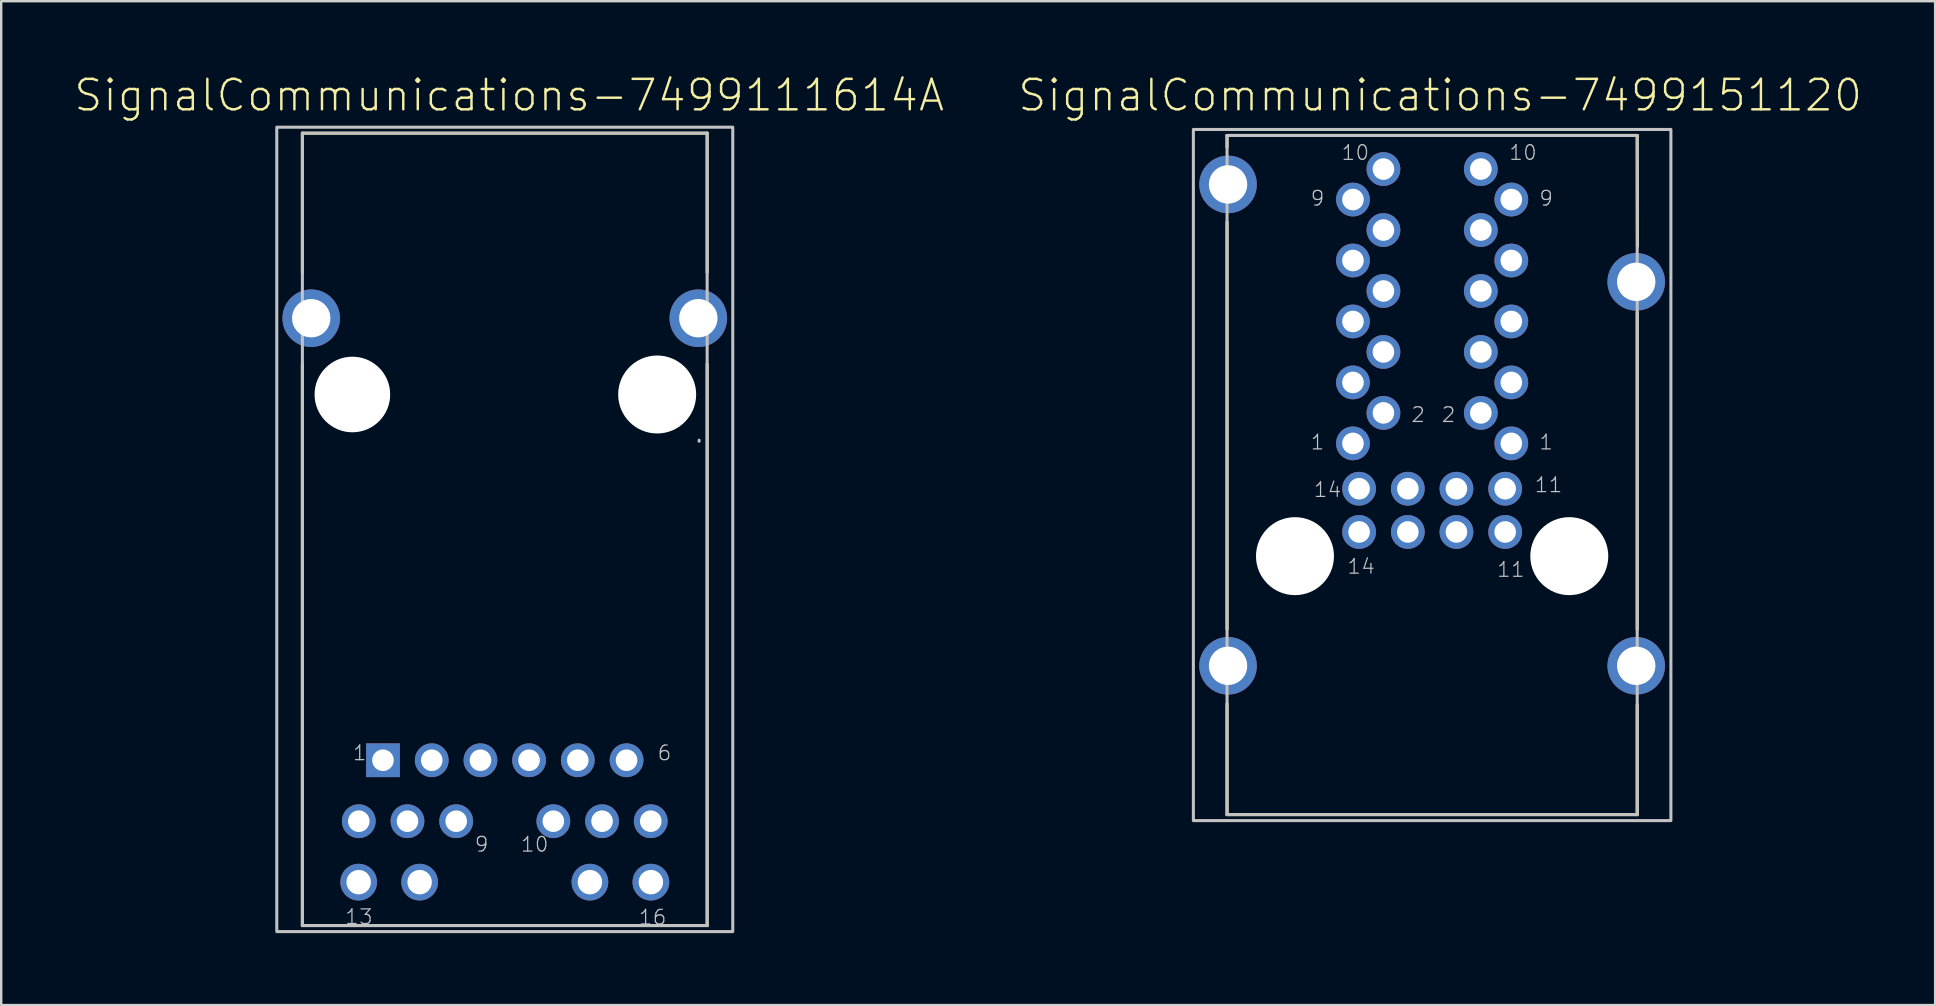
<source format=kicad_pcb>
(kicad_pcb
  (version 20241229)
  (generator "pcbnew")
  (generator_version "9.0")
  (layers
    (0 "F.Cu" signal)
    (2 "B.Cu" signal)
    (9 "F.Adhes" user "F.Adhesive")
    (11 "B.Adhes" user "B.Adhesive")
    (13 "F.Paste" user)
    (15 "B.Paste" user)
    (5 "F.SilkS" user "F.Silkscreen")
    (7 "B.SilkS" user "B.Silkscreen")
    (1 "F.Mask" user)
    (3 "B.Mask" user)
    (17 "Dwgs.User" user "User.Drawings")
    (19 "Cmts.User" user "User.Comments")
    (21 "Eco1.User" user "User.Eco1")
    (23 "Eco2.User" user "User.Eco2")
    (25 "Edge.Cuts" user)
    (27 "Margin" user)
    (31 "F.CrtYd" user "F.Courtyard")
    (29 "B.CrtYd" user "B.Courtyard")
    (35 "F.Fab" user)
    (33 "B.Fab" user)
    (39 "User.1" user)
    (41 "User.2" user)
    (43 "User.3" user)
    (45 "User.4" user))
  (footprint "SignalCommunications-7499111614A"
    (layer "F.Cu")
    (at 17.983 13.388)
    (property "Reference" "SignalCommunications-7499111614A" (at 0.185 -12.466 0) (layer "F.SilkS") (effects (font (size 1.27 1.27) (thickness 0.102))))
    (attr exclude_from_pos_files exclude_from_bom)
    (fp_line (start -8.433 -10.889) (end 8.433 -10.889) (stroke (width 0.127) (type solid)) (layer "F.SilkS"))
    (fp_line (start -8.433 -5.08) (end -8.433 -10.889) (stroke (width 0.127) (type solid)) (layer "F.SilkS"))
    (fp_line (start -8.433 -1.27) (end -8.433 22.128) (stroke (width 0.127) (type solid)) (layer "F.SilkS"))
    (fp_line (start 8.433 -10.889) (end 8.433 -5.08) (stroke (width 0.127) (type solid)) (layer "F.SilkS"))
    (fp_line (start 8.433 -1.27) (end 8.433 22.128) (stroke (width 0.127) (type solid)) (layer "F.SilkS"))
    (fp_line (start 8.433 22.128) (end -8.433 22.128) (stroke (width 0.127) (type solid)) (layer "F.SilkS"))
    (fp_line (start -8.433 -10.889) (end -8.433 22.128) (stroke (width 0.127) (type solid)) (layer "Dwgs.User"))
    (fp_line (start -8.433 22.128) (end 8.433 22.128) (stroke (width 0.127) (type solid)) (layer "Dwgs.User"))
    (fp_line (start 8.098 1.948) (end 8.098 1.905) (stroke (width 0.127) (type solid)) (layer "Dwgs.User"))
    (fp_line (start 8.433 -10.889) (end -8.433 -10.889) (stroke (width 0.127) (type solid)) (layer "Dwgs.User"))
    (fp_line (start 8.433 22.128) (end 8.433 -10.889) (stroke (width 0.127) (type solid)) (layer "Dwgs.User"))
    (fp_poly (pts (xy -9.5 -11.138) (xy 9.5 -11.138) (xy 9.5 22.38) (xy -9.5 22.38) (xy -9.5 -11.138)) (stroke (width 0.127) (type solid)) (fill no) (layer "Dwgs.User"))
    (fp_text user "16" (at 6.16 21.783 0) (layer "Dwgs.User") (effects (font (size 0.61 0.61) (thickness 0.051))))
    (fp_text user "10" (at 1.245 18.745 0) (layer "Dwgs.User") (effects (font (size 0.61 0.61) (thickness 0.051))))
    (fp_text user "9" (at -0.965 18.745 0) (layer "Dwgs.User") (effects (font (size 0.61 0.61) (thickness 0.051))))
    (fp_text user "6" (at 6.655 14.935 0) (layer "Dwgs.User") (effects (font (size 0.61 0.61) (thickness 0.051))))
    (fp_text user "13" (at -6.078 21.763 0) (layer "Dwgs.User") (effects (font (size 0.61 0.61) (thickness 0.051))))
    (fp_text user "1" (at -6.045 14.935 0) (layer "Dwgs.User") (effects (font (size 0.61 0.61) (thickness 0.051))))
    (pad "" np_thru_hole circle (at -6.35 0) (size 3.15 3.15) (drill 3.15) (layers "*.Cu" "*.Mask"))
    (pad "" np_thru_hole circle (at 6.35 0) (size 3.249 3.249) (drill 3.249) (layers "*.Cu" "*.Mask"))
    (pad "1" thru_hole rect (at -5.075 15.24) (size 1.407 1.407) (drill 0.899) (layers "*.Cu" "*.Paste" "*.Mask"))
    (pad "2" thru_hole circle (at -3.043 15.24) (size 1.407 1.407) (drill 0.899) (layers "*.Cu" "*.Paste" "*.Mask"))
    (pad "3" thru_hole circle (at -1.013 15.24) (size 1.407 1.407) (drill 0.899) (layers "*.Cu" "*.Paste" "*.Mask"))
    (pad "4" thru_hole circle (at 1.013 15.24) (size 1.407 1.407) (drill 0.899) (layers "*.Cu" "*.Paste" "*.Mask"))
    (pad "5" thru_hole circle (at 3.043 15.24) (size 1.407 1.407) (drill 0.899) (layers "*.Cu" "*.Paste" "*.Mask"))
    (pad "6" thru_hole circle (at 5.075 15.24) (size 1.407 1.407) (drill 0.899) (layers "*.Cu" "*.Paste" "*.Mask"))
    (pad "7" thru_hole circle (at -6.083 17.78) (size 1.407 1.407) (drill 0.899) (layers "*.Cu" "*.Paste" "*.Mask"))
    (pad "8" thru_hole circle (at -4.054 17.78) (size 1.407 1.407) (drill 0.899) (layers "*.Cu" "*.Paste" "*.Mask"))
    (pad "9" thru_hole circle (at -2.024 17.78) (size 1.407 1.407) (drill 0.899) (layers "*.Cu" "*.Paste" "*.Mask"))
    (pad "10" thru_hole circle (at 2.024 17.78) (size 1.407 1.407) (drill 0.899) (layers "*.Cu" "*.Paste" "*.Mask"))
    (pad "11" thru_hole circle (at 4.054 17.78) (size 1.407 1.407) (drill 0.899) (layers "*.Cu" "*.Paste" "*.Mask"))
    (pad "12" thru_hole circle (at 6.083 17.78) (size 1.407 1.407) (drill 0.899) (layers "*.Cu" "*.Paste" "*.Mask"))
    (pad "13" thru_hole circle (at -6.088 20.32) (size 1.529 1.529) (drill 1.019) (layers "*.Cu" "*.Paste" "*.Mask"))
    (pad "14" thru_hole circle (at -3.548 20.32) (size 1.529 1.529) (drill 1.019) (layers "*.Cu" "*.Paste" "*.Mask"))
    (pad "15" thru_hole circle (at 3.548 20.32) (size 1.529 1.529) (drill 1.019) (layers "*.Cu" "*.Paste" "*.Mask"))
    (pad "16" thru_hole circle (at 6.088 20.32) (size 1.529 1.529) (drill 1.019) (layers "*.Cu" "*.Paste" "*.Mask"))
    (pad "Z1" thru_hole circle (at -8.065 -3.178) (size 2.398 2.398) (drill 1.598) (layers "*.Cu" "*.Paste" "*.Mask"))
    (pad "Z2" thru_hole circle (at 8.065 -3.178) (size 2.398 2.398) (drill 1.598) (layers "*.Cu" "*.Paste" "*.Mask")))
  (footprint "SignalCommunications-7499151120"
    (layer "F.Cu")
    (at 56.625 20.124)
    (property "Reference" "SignalCommunications-7499151120" (at 0.335 -19.202 0) (layer "F.SilkS") (effects (font (size 1.27 1.27) (thickness 0.102))))
    (attr exclude_from_pos_files exclude_from_bom)
    (fp_line (start -8.545 -17.038) (end -8.545 -17.529) (stroke (width 0.127) (type solid)) (layer "F.SilkS"))
    (fp_line (start -8.545 3.038) (end -8.545 -13.929) (stroke (width 0.127) (type solid)) (layer "F.SilkS"))
    (fp_line (start -8.545 6.149) (end -8.545 10.77) (stroke (width 0.127) (type solid)) (layer "F.SilkS"))
    (fp_line (start -8.545 10.77) (end 8.545 10.77) (stroke (width 0.127) (type solid)) (layer "F.SilkS"))
    (fp_line (start 8.545 -17.529) (end -8.545 -17.529) (stroke (width 0.127) (type solid)) (layer "F.SilkS"))
    (fp_line (start 8.545 -17.529) (end 8.555 -12.908) (stroke (width 0.127) (type solid)) (layer "F.SilkS"))
    (fp_line (start 8.545 -10.16) (end 8.545 3.058) (stroke (width 0.127) (type solid)) (layer "F.SilkS"))
    (fp_line (start 8.545 6.19) (end 8.545 10.77) (stroke (width 0.127) (type solid)) (layer "F.SilkS"))
    (fp_line (start -8.545 -17.529) (end -8.545 10.77) (stroke (width 0.127) (type solid)) (layer "Dwgs.User"))
    (fp_line (start -8.545 10.77) (end 8.545 10.77) (stroke (width 0.127) (type solid)) (layer "Dwgs.User"))
    (fp_line (start 8.545 -17.529) (end -8.545 -17.529) (stroke (width 0.127) (type solid)) (layer "Dwgs.User"))
    (fp_line (start 8.545 10.77) (end 8.545 -17.529) (stroke (width 0.127) (type solid)) (layer "Dwgs.User"))
    (fp_poly (pts (xy -9.949 -17.78) (xy 9.949 -17.78) (xy 9.949 11.019) (xy -9.949 11.019) (xy -9.949 -17.78)) (stroke (width 0.127) (type solid)) (fill no) (layer "Dwgs.User"))
    (fp_text user "9" (at -4.775 -14.91 0) (layer "Dwgs.User") (effects (font (size 0.61 0.61) (thickness 0.051))))
    (fp_text user "2" (at 0.683 -5.893 0) (layer "Dwgs.User") (effects (font (size 0.61 0.61) (thickness 0.051))))
    (fp_text user "10" (at -3.2 -16.815 0) (layer "Dwgs.User") (effects (font (size 0.61 0.61) (thickness 0.051))))
    (fp_text user "14" (at -4.359 -2.769 0) (layer "Dwgs.User") (effects (font (size 0.61 0.61) (thickness 0.051))))
    (fp_text user "2" (at -0.584 -5.893 0) (layer "Dwgs.User") (effects (font (size 0.61 0.61) (thickness 0.051))))
    (fp_text user "10" (at 3.785 -16.815 0) (layer "Dwgs.User") (effects (font (size 0.61 0.61) (thickness 0.051))))
    (fp_text user "11" (at 4.849 -2.969 0) (layer "Dwgs.User") (effects (font (size 0.61 0.61) (thickness 0.051))))
    (fp_text user "11" (at 3.279 0.559 0) (layer "Dwgs.User") (effects (font (size 0.61 0.61) (thickness 0.051))))
    (fp_text user "9" (at 4.75 -14.91 0) (layer "Dwgs.User") (effects (font (size 0.61 0.61) (thickness 0.051))))
    (fp_text user "14" (at -2.959 0.429 0) (layer "Dwgs.User") (effects (font (size 0.61 0.61) (thickness 0.051))))
    (fp_text user "1" (at 4.75 -4.75 0) (layer "Dwgs.User") (effects (font (size 0.61 0.61) (thickness 0.051))))
    (fp_text user "1" (at -4.775 -4.75 0) (layer "Dwgs.User") (effects (font (size 0.61 0.61) (thickness 0.051))))
    (pad "" np_thru_hole circle (at -5.715 0) (size 3.249 3.249) (drill 3.249) (layers "*.Cu" "*.Mask"))
    (pad "" np_thru_hole circle (at 5.715 0) (size 3.249 3.249) (drill 3.249) (layers "*.Cu" "*.Mask"))
    (pad "1" thru_hole circle (at -3.299 -4.699) (size 1.407 1.407) (drill 0.899) (layers "*.Cu" "*.Paste" "*.Mask"))
    (pad "2" thru_hole circle (at -2.029 -5.969) (size 1.407 1.407) (drill 0.899) (layers "*.Cu" "*.Paste" "*.Mask"))
    (pad "3" thru_hole circle (at -3.299 -7.239) (size 1.407 1.407) (drill 0.899) (layers "*.Cu" "*.Paste" "*.Mask"))
    (pad "4" thru_hole circle (at -2.029 -8.509) (size 1.407 1.407) (drill 0.899) (layers "*.Cu" "*.Paste" "*.Mask"))
    (pad "5" thru_hole circle (at -3.299 -9.779) (size 1.407 1.407) (drill 0.899) (layers "*.Cu" "*.Paste" "*.Mask"))
    (pad "6" thru_hole circle (at -2.029 -11.049) (size 1.407 1.407) (drill 0.899) (layers "*.Cu" "*.Paste" "*.Mask"))
    (pad "7" thru_hole circle (at -3.299 -12.319) (size 1.407 1.407) (drill 0.899) (layers "*.Cu" "*.Paste" "*.Mask"))
    (pad "8" thru_hole circle (at -2.029 -13.589) (size 1.407 1.407) (drill 0.899) (layers "*.Cu" "*.Paste" "*.Mask"))
    (pad "9" thru_hole circle (at -3.299 -14.859) (size 1.407 1.407) (drill 0.899) (layers "*.Cu" "*.Paste" "*.Mask"))
    (pad "10" thru_hole circle (at -2.029 -16.129) (size 1.407 1.407) (drill 0.899) (layers "*.Cu" "*.Paste" "*.Mask"))
    (pad "11" thru_hole circle (at 3.043 -1.008) (size 1.407 1.407) (drill 0.899) (layers "*.Cu" "*.Paste" "*.Mask"))
    (pad "12" thru_hole circle (at 1.013 -1.008) (size 1.407 1.407) (drill 0.899) (layers "*.Cu" "*.Paste" "*.Mask"))
    (pad "13" thru_hole circle (at -1.013 -1.008) (size 1.407 1.407) (drill 0.899) (layers "*.Cu" "*.Paste" "*.Mask"))
    (pad "14" thru_hole circle (at -3.043 -1.008) (size 1.407 1.407) (drill 0.899) (layers "*.Cu" "*.Paste" "*.Mask"))
    (pad "A1" thru_hole circle (at 3.299 -4.699) (size 1.407 1.407) (drill 0.899) (layers "*.Cu" "*.Paste" "*.Mask"))
    (pad "A2" thru_hole circle (at 2.029 -5.969) (size 1.407 1.407) (drill 0.899) (layers "*.Cu" "*.Paste" "*.Mask"))
    (pad "A3" thru_hole circle (at 3.299 -7.239) (size 1.407 1.407) (drill 0.899) (layers "*.Cu" "*.Paste" "*.Mask"))
    (pad "A4" thru_hole circle (at 2.029 -8.509) (size 1.407 1.407) (drill 0.899) (layers "*.Cu" "*.Paste" "*.Mask"))
    (pad "A5" thru_hole circle (at 3.299 -9.779) (size 1.407 1.407) (drill 0.899) (layers "*.Cu" "*.Paste" "*.Mask"))
    (pad "A6" thru_hole circle (at 2.029 -11.049) (size 1.407 1.407) (drill 0.899) (layers "*.Cu" "*.Paste" "*.Mask"))
    (pad "A7" thru_hole circle (at 3.299 -12.319) (size 1.407 1.407) (drill 0.899) (layers "*.Cu" "*.Paste" "*.Mask"))
    (pad "A8" thru_hole circle (at 2.029 -13.589) (size 1.407 1.407) (drill 0.899) (layers "*.Cu" "*.Paste" "*.Mask"))
    (pad "A9" thru_hole circle (at 3.299 -14.859) (size 1.407 1.407) (drill 0.899) (layers "*.Cu" "*.Paste" "*.Mask"))
    (pad "A10" thru_hole circle (at 2.029 -16.129) (size 1.407 1.407) (drill 0.899) (layers "*.Cu" "*.Paste" "*.Mask"))
    (pad "A11" thru_hole circle (at 3.043 -2.809) (size 1.407 1.407) (drill 0.899) (layers "*.Cu" "*.Paste" "*.Mask"))
    (pad "A12" thru_hole circle (at 1.013 -2.809) (size 1.407 1.407) (drill 0.899) (layers "*.Cu" "*.Paste" "*.Mask"))
    (pad "A13" thru_hole circle (at -1.013 -2.809) (size 1.407 1.407) (drill 0.899) (layers "*.Cu" "*.Paste" "*.Mask"))
    (pad "A14" thru_hole circle (at -3.043 -2.809) (size 1.407 1.407) (drill 0.899) (layers "*.Cu" "*.Paste" "*.Mask"))
    (pad "Z1" thru_hole circle (at -8.504 4.569) (size 2.398 2.398) (drill 1.598) (layers "*.Cu" "*.Paste" "*.Mask"))
    (pad "Z2" thru_hole circle (at 8.504 4.569) (size 2.398 2.398) (drill 1.598) (layers "*.Cu" "*.Paste" "*.Mask"))
    (pad "Z3" thru_hole circle (at -8.504 -15.489) (size 2.398 2.398) (drill 1.598) (layers "*.Cu" "*.Paste" "*.Mask"))
    (pad "Z4" thru_hole circle (at 8.504 -11.43) (size 2.398 2.398) (drill 1.598) (layers "*.Cu" "*.Paste" "*.Mask")))
  (gr_rect
    (start -3 -3)
    (end 77.584 38.831)
    (stroke (width 0.1) (type default))
    (fill no)
    (layer "Edge.Cuts")))
</source>
